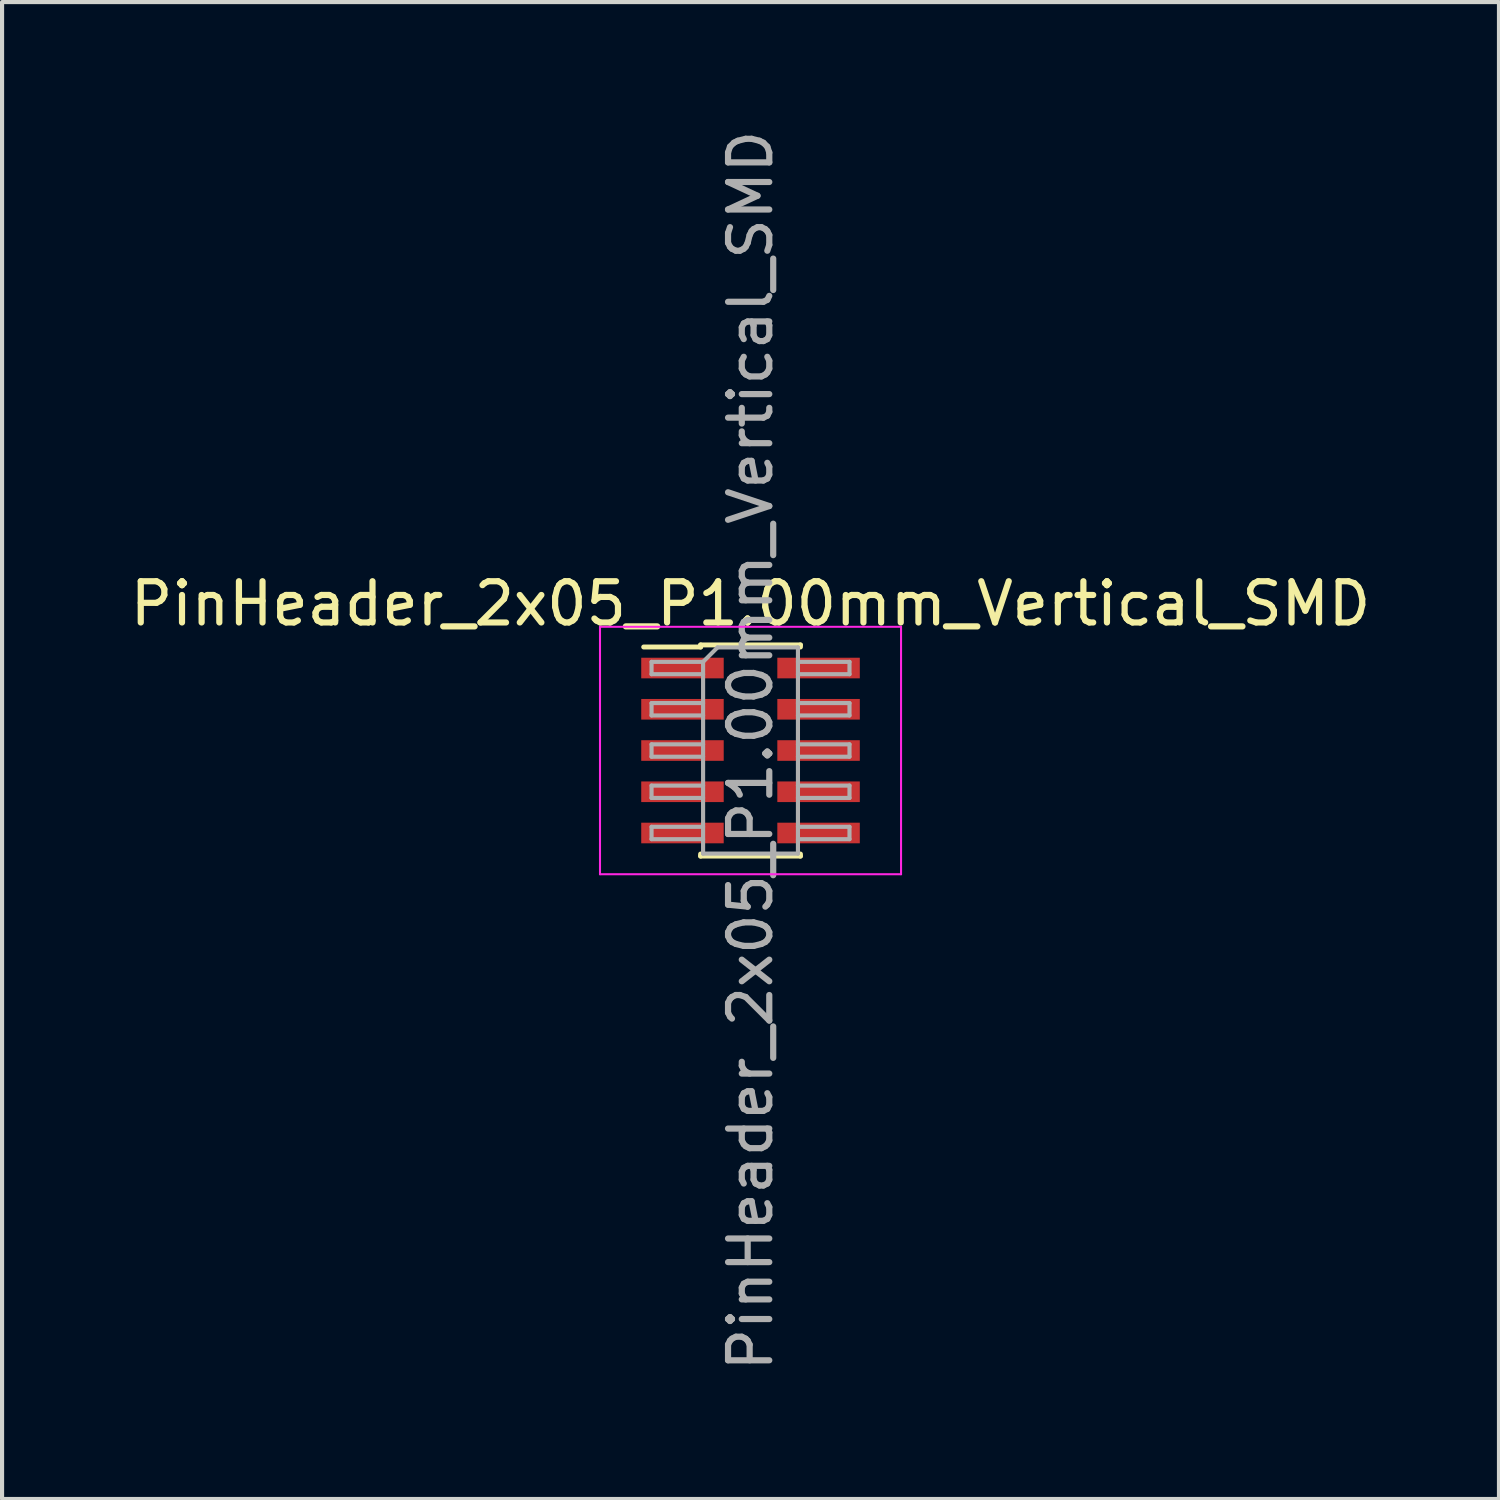
<source format=kicad_pcb>
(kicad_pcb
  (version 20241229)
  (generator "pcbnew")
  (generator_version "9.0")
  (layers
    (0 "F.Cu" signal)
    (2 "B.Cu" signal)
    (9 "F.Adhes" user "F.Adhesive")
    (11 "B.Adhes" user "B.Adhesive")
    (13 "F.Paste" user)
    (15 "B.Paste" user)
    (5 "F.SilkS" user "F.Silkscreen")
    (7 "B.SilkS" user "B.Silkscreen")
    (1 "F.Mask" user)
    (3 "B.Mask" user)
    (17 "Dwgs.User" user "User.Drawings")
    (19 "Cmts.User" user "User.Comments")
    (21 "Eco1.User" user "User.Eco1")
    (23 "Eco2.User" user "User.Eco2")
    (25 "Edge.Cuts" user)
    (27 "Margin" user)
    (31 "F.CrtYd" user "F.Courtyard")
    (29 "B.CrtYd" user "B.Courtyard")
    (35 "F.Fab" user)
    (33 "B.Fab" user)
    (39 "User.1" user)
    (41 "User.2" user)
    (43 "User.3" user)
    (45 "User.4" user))
  (footprint "PinHeader_2x05_P1.00mm_Vertical_SMD"
    (layer "F.Cu")
    (at 15.149 15.149)
    (property "Reference" "PinHeader_2x05_P1.00mm_Vertical_SMD" (at 0 -3.56 0) (layer "F.SilkS") (effects (font (size 1 1) (thickness 0.15))))
    (attr smd)
    (fp_line (start -2.59 -2.51) (end -1.21 -2.51) (stroke (width 0.12) (type solid)) (layer "F.SilkS"))
    (fp_line (start -1.21 -2.56) (end -1.21 -2.51) (stroke (width 0.12) (type solid)) (layer "F.SilkS"))
    (fp_line (start -1.21 -2.56) (end 1.21 -2.56) (stroke (width 0.12) (type solid)) (layer "F.SilkS"))
    (fp_line (start -1.21 2.51) (end -1.21 2.56) (stroke (width 0.12) (type solid)) (layer "F.SilkS"))
    (fp_line (start -1.21 2.56) (end 1.21 2.56) (stroke (width 0.12) (type solid)) (layer "F.SilkS"))
    (fp_line (start 1.21 -2.56) (end 1.21 -2.51) (stroke (width 0.12) (type solid)) (layer "F.SilkS"))
    (fp_line (start 1.21 2.51) (end 1.21 2.56) (stroke (width 0.12) (type solid)) (layer "F.SilkS"))
    (fp_line (start -3.65 -3) (end -3.65 3) (stroke (width 0.05) (type solid)) (layer "F.CrtYd"))
    (fp_line (start -3.65 3) (end 3.65 3) (stroke (width 0.05) (type solid)) (layer "F.CrtYd"))
    (fp_line (start 3.65 -3) (end -3.65 -3) (stroke (width 0.05) (type solid)) (layer "F.CrtYd"))
    (fp_line (start 3.65 3) (end 3.65 -3) (stroke (width 0.05) (type solid)) (layer "F.CrtYd"))
    (fp_line (start -2.4 -2.15) (end -2.4 -1.85) (stroke (width 0.1) (type solid)) (layer "F.Fab"))
    (fp_line (start -2.4 -1.85) (end -1.15 -1.85) (stroke (width 0.1) (type solid)) (layer "F.Fab"))
    (fp_line (start -2.4 -1.15) (end -2.4 -0.85) (stroke (width 0.1) (type solid)) (layer "F.Fab"))
    (fp_line (start -2.4 -0.85) (end -1.15 -0.85) (stroke (width 0.1) (type solid)) (layer "F.Fab"))
    (fp_line (start -2.4 -0.15) (end -2.4 0.15) (stroke (width 0.1) (type solid)) (layer "F.Fab"))
    (fp_line (start -2.4 0.15) (end -1.15 0.15) (stroke (width 0.1) (type solid)) (layer "F.Fab"))
    (fp_line (start -2.4 0.85) (end -2.4 1.15) (stroke (width 0.1) (type solid)) (layer "F.Fab"))
    (fp_line (start -2.4 1.15) (end -1.15 1.15) (stroke (width 0.1) (type solid)) (layer "F.Fab"))
    (fp_line (start -2.4 1.85) (end -2.4 2.15) (stroke (width 0.1) (type solid)) (layer "F.Fab"))
    (fp_line (start -2.4 2.15) (end -1.15 2.15) (stroke (width 0.1) (type solid)) (layer "F.Fab"))
    (fp_line (start -1.15 -2.15) (end -2.4 -2.15) (stroke (width 0.1) (type solid)) (layer "F.Fab"))
    (fp_line (start -1.15 -2.15) (end -0.8 -2.5) (stroke (width 0.1) (type solid)) (layer "F.Fab"))
    (fp_line (start -1.15 -1.15) (end -2.4 -1.15) (stroke (width 0.1) (type solid)) (layer "F.Fab"))
    (fp_line (start -1.15 -0.15) (end -2.4 -0.15) (stroke (width 0.1) (type solid)) (layer "F.Fab"))
    (fp_line (start -1.15 0.85) (end -2.4 0.85) (stroke (width 0.1) (type solid)) (layer "F.Fab"))
    (fp_line (start -1.15 1.85) (end -2.4 1.85) (stroke (width 0.1) (type solid)) (layer "F.Fab"))
    (fp_line (start -1.15 2.5) (end -1.15 -2.15) (stroke (width 0.1) (type solid)) (layer "F.Fab"))
    (fp_line (start -0.8 -2.5) (end 1.15 -2.5) (stroke (width 0.1) (type solid)) (layer "F.Fab"))
    (fp_line (start 1.15 -2.5) (end 1.15 2.5) (stroke (width 0.1) (type solid)) (layer "F.Fab"))
    (fp_line (start 1.15 -2.15) (end 2.4 -2.15) (stroke (width 0.1) (type solid)) (layer "F.Fab"))
    (fp_line (start 1.15 -1.15) (end 2.4 -1.15) (stroke (width 0.1) (type solid)) (layer "F.Fab"))
    (fp_line (start 1.15 -0.15) (end 2.4 -0.15) (stroke (width 0.1) (type solid)) (layer "F.Fab"))
    (fp_line (start 1.15 0.85) (end 2.4 0.85) (stroke (width 0.1) (type solid)) (layer "F.Fab"))
    (fp_line (start 1.15 1.85) (end 2.4 1.85) (stroke (width 0.1) (type solid)) (layer "F.Fab"))
    (fp_line (start 1.15 2.5) (end -1.15 2.5) (stroke (width 0.1) (type solid)) (layer "F.Fab"))
    (fp_line (start 2.4 -2.15) (end 2.4 -1.85) (stroke (width 0.1) (type solid)) (layer "F.Fab"))
    (fp_line (start 2.4 -1.85) (end 1.15 -1.85) (stroke (width 0.1) (type solid)) (layer "F.Fab"))
    (fp_line (start 2.4 -1.15) (end 2.4 -0.85) (stroke (width 0.1) (type solid)) (layer "F.Fab"))
    (fp_line (start 2.4 -0.85) (end 1.15 -0.85) (stroke (width 0.1) (type solid)) (layer "F.Fab"))
    (fp_line (start 2.4 -0.15) (end 2.4 0.15) (stroke (width 0.1) (type solid)) (layer "F.Fab"))
    (fp_line (start 2.4 0.15) (end 1.15 0.15) (stroke (width 0.1) (type solid)) (layer "F.Fab"))
    (fp_line (start 2.4 0.85) (end 2.4 1.15) (stroke (width 0.1) (type solid)) (layer "F.Fab"))
    (fp_line (start 2.4 1.15) (end 1.15 1.15) (stroke (width 0.1) (type solid)) (layer "F.Fab"))
    (fp_line (start 2.4 1.85) (end 2.4 2.15) (stroke (width 0.1) (type solid)) (layer "F.Fab"))
    (fp_line (start 2.4 2.15) (end 1.15 2.15) (stroke (width 0.1) (type solid)) (layer "F.Fab"))
    (fp_text user "${REFERENCE}" (at 0 0 90) (layer "F.Fab") (effects (font (size 1 1) (thickness 0.15))))
    (pad "1" smd rect (at -1.65 -2) (size 2 0.5) (layers "F.Cu" "F.Mask" "F.Paste"))
    (pad "2" smd rect (at 1.65 -2) (size 2 0.5) (layers "F.Cu" "F.Mask" "F.Paste"))
    (pad "3" smd rect (at -1.65 -1) (size 2 0.5) (layers "F.Cu" "F.Mask" "F.Paste"))
    (pad "4" smd rect (at 1.65 -1) (size 2 0.5) (layers "F.Cu" "F.Mask" "F.Paste"))
    (pad "5" smd rect (at -1.65 0) (size 2 0.5) (layers "F.Cu" "F.Mask" "F.Paste"))
    (pad "6" smd rect (at 1.65 0) (size 2 0.5) (layers "F.Cu" "F.Mask" "F.Paste"))
    (pad "7" smd rect (at -1.65 1) (size 2 0.5) (layers "F.Cu" "F.Mask" "F.Paste"))
    (pad "8" smd rect (at 1.65 1) (size 2 0.5) (layers "F.Cu" "F.Mask" "F.Paste"))
    (pad "9" smd rect (at -1.65 2) (size 2 0.5) (layers "F.Cu" "F.Mask" "F.Paste"))
    (pad "10" smd rect (at 1.65 2) (size 2 0.5) (layers "F.Cu" "F.Mask" "F.Paste")))
  (gr_rect
    (start -3 -3)
    (end 33.298 33.298)
    (stroke (width 0.1) (type default))
    (fill no)
    (layer "Edge.Cuts")))
</source>
